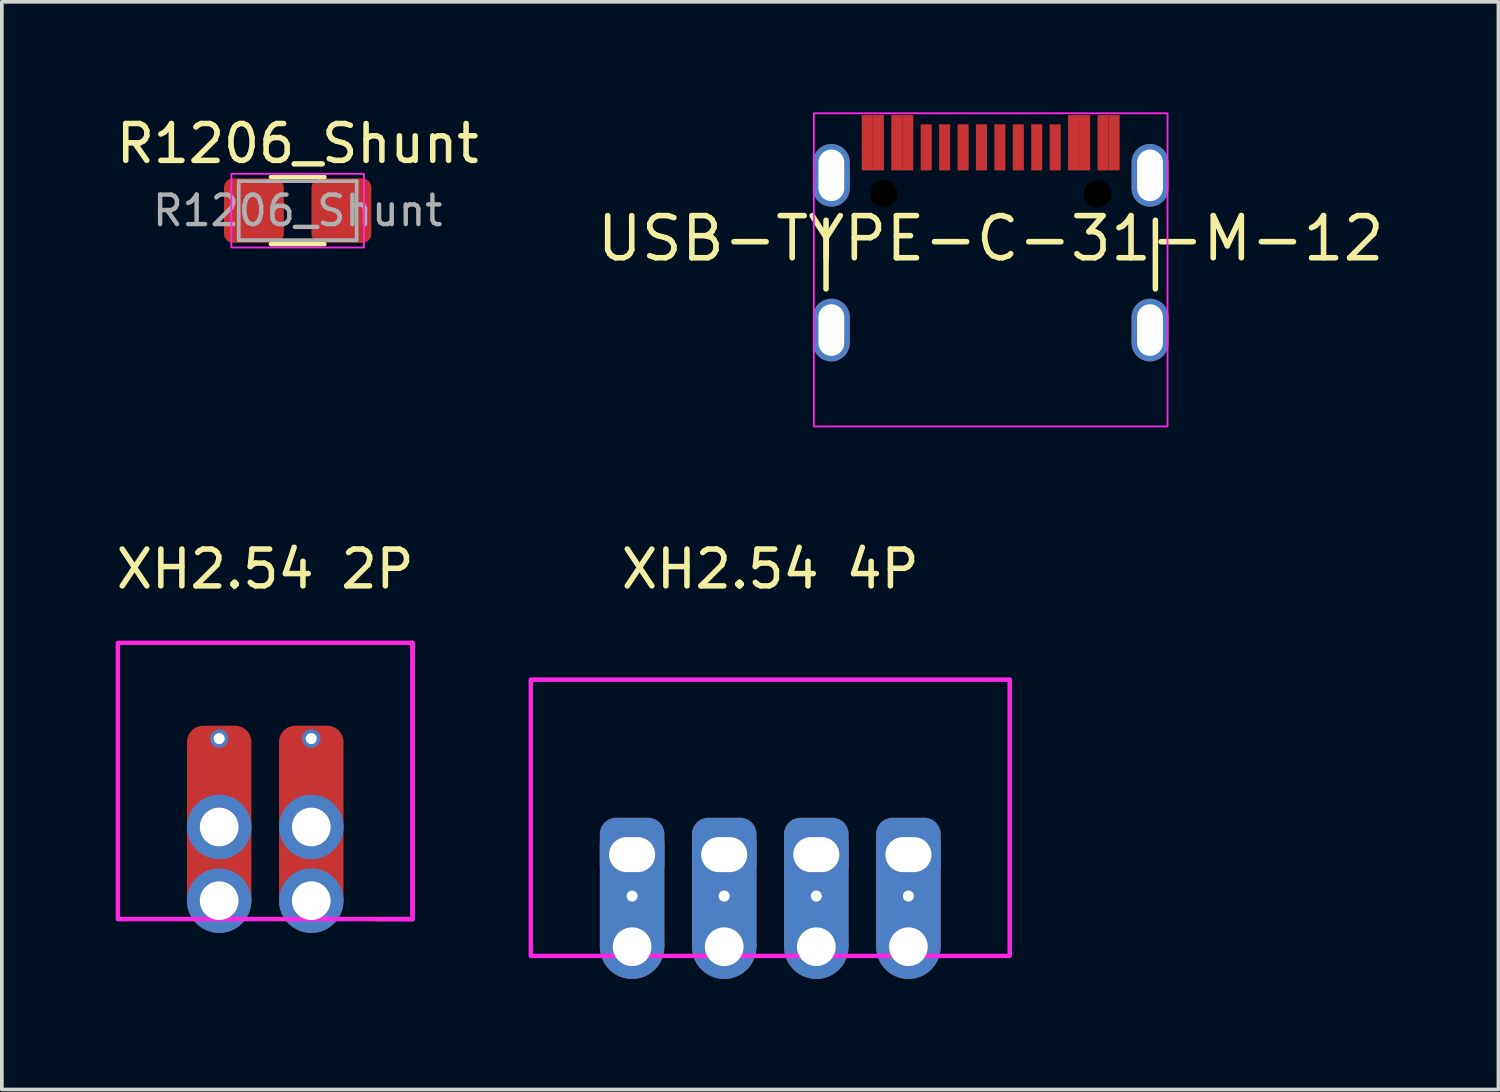
<source format=kicad_pcb>
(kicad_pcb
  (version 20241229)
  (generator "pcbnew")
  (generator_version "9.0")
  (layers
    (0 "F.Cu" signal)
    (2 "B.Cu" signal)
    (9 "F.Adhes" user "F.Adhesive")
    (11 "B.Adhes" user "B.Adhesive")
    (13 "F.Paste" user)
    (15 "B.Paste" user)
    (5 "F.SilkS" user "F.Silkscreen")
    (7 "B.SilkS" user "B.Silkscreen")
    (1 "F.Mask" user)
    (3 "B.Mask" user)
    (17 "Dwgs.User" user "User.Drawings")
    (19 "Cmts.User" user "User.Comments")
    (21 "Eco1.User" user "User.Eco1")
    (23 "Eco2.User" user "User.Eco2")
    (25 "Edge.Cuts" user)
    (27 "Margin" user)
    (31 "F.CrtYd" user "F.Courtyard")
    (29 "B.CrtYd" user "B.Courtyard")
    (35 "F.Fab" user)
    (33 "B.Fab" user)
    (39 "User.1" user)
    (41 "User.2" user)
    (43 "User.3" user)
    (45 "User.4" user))
  (footprint "XH2.54 2P"
    (layer "F.Cu")
    (at 4.149 21.398)
    (property "Reference" "XH2.54 2P" (at 0 -9 0) (unlocked yes) (layer "F.SilkS") (effects (font (size 1 1) (thickness 0.15))))
    (attr through_hole)
    (fp_line (start 3 0.5) (end 4 0.5) (stroke (width 0.12) (type solid)) (layer "F.CrtYd"))
    (fp_line (start 4 0.5) (end 4 -7) (stroke (width 0.12) (type solid)) (layer "F.CrtYd"))
    (fp_rect (start -4 -7) (end 4 0.5) (stroke (width 0.12) (type default)) (fill no) (layer "F.CrtYd"))
    (pad "1" thru_hole circle (at -1.25 -4.4) (size 0.5 0.5) (drill 0.3) (property pad_prop_heatsink) (layers "*.Cu"))
    (pad "1" smd roundrect (at -1.25 -2.375) (size 1.75 4.75) (layers "F.Cu" "F.Mask") (roundrect_rratio 0.25) (chamfer_ratio 0) (chamfer bottom_left bottom_right))
    (pad "1" thru_hole circle (at -1.25 -2 180) (size 1.75 1.75) (drill 1.05) (layers "*.Cu" "*.Mask"))
    (pad "1" thru_hole circle (at -1.25 0) (size 1.75 1.75) (drill 1.05) (layers "*.Cu" "*.Mask"))
    (pad "2" thru_hole circle (at 1.25 -4.4) (size 0.5 0.5) (drill 0.3) (property pad_prop_heatsink) (layers "*.Cu"))
    (pad "2" smd roundrect (at 1.25 -2.375) (size 1.75 4.75) (layers "F.Cu" "F.Mask") (roundrect_rratio 0.25) (chamfer_ratio 0) (chamfer bottom_left bottom_right))
    (pad "2" thru_hole circle (at 1.25 -2 180) (size 1.75 1.75) (drill 1.05) (layers "*.Cu" "*.Mask"))
    (pad "2" thru_hole circle (at 1.25 0) (size 1.75 1.75) (drill 1.05) (layers "*.Cu" "*.Mask")))
  (footprint "XH2.54 4P"
    (layer "F.Cu")
    (at 17.858 22.398)
    (property "Reference" "XH2.54 4P" (at 0 -10 0) (unlocked yes) (layer "F.SilkS") (effects (font (size 1 1) (thickness 0.15))))
    (attr through_hole)
    (fp_rect (start -6.5 -7) (end 6.5 0.5) (stroke (width 0.12) (type default)) (fill no) (layer "F.CrtYd"))
    (pad "1" thru_hole roundrect (at -3.75 -2.25) (size 1.75 1.5) (drill oval 1.25 0.95) (layers "*.Cu" "*.Mask") (roundrect_rratio 0.286))
    (pad "1" smd roundrect (at -3.75 -1.5) (size 1.75 3.5) (layers "B.Cu") (roundrect_rratio 0.25) (chamfer_ratio 0) (chamfer bottom_left bottom_right))
    (pad "1" thru_hole circle (at -3.75 -1.125) (size 0.5 0.5) (drill 0.3) (property pad_prop_heatsink) (layers "*.Cu"))
    (pad "1" thru_hole oval (at -3.75 0.25) (size 1.75 1.75) (drill 1.05) (layers "*.Cu" "*.Mask"))
    (pad "1" smd roundrect (at -3.75 -1.5) (size 1.75 3.5) (layers "F.Cu" "F.Mask") (roundrect_rratio 0.25) (chamfer_ratio 0) (chamfer bottom_left bottom_right))
    (pad "2" smd roundrect (at -1.25 -1.5) (size 1.75 3.5) (layers "B.Cu") (roundrect_rratio 0.25) (chamfer_ratio 0) (chamfer bottom_left bottom_right))
    (pad "2" thru_hole roundrect (at -1.25 -2.25) (size 1.75 1.5) (drill oval 1.25 0.95) (layers "*.Cu" "*.Mask") (roundrect_rratio 0.286))
    (pad "2" smd roundrect (at -1.25 -1.5) (size 1.75 3.5) (layers "F.Cu" "F.Mask") (roundrect_rratio 0.25) (chamfer_ratio 0) (chamfer bottom_left bottom_right))
    (pad "2" thru_hole circle (at -1.25 -1.125) (size 0.5 0.5) (drill 0.3) (property pad_prop_heatsink) (layers "*.Cu"))
    (pad "2" thru_hole oval (at -1.25 0.25) (size 1.75 1.75) (drill 1.05) (layers "*.Cu" "*.Mask"))
    (pad "3" smd roundrect (at 1.25 -1.5) (size 1.75 3.5) (layers "B.Cu") (roundrect_rratio 0.25) (chamfer_ratio 0) (chamfer bottom_left bottom_right))
    (pad "3" thru_hole roundrect (at 1.25 -2.25) (size 1.75 1.5) (drill oval 1.25 0.95) (layers "*.Cu" "*.Mask") (roundrect_rratio 0.286))
    (pad "3" smd roundrect (at 1.25 -1.5) (size 1.75 3.5) (layers "F.Cu" "F.Mask") (roundrect_rratio 0.25) (chamfer_ratio 0) (chamfer bottom_left bottom_right))
    (pad "3" thru_hole circle (at 1.25 -1.125) (size 0.5 0.5) (drill 0.3) (property pad_prop_heatsink) (layers "*.Cu"))
    (pad "3" thru_hole oval (at 1.25 0.25) (size 1.75 1.75) (drill 1.05) (layers "*.Cu" "*.Mask"))
    (pad "4" smd roundrect (at 3.75 -1.5) (size 1.75 3.5) (layers "B.Cu") (roundrect_rratio 0.25) (chamfer_ratio 0) (chamfer bottom_left bottom_right))
    (pad "4" smd roundrect (at 3.75 -1.5) (size 1.75 3.5) (layers "F.Cu" "F.Mask") (roundrect_rratio 0.25) (chamfer_ratio 0) (chamfer bottom_left bottom_right))
    (pad "4" thru_hole roundrect (at 3.75 -2.25) (size 1.75 1.5) (drill oval 1.25 0.95) (layers "*.Cu" "*.Mask") (roundrect_rratio 0.286))
    (pad "4" thru_hole circle (at 3.75 -1.125) (size 0.5 0.5) (drill 0.3) (property pad_prop_heatsink) (layers "*.Cu"))
    (pad "4" thru_hole oval (at 3.75 0.25) (size 1.75 1.75) (drill 1.05) (layers "*.Cu" "*.Mask")))
  (footprint "R1206_Shunt"
    (layer "F.Cu")
    (at 5.03 2.668)
    (property "Reference" "R1206_Shunt" (at 0 -1.82 0) (layer "F.SilkS") (effects (font (size 1 1) (thickness 0.15))))
    (attr smd)
    (fp_line (start -0.727 -0.91) (end 0.727 -0.91) (stroke (width 0.12) (type solid)) (layer "F.SilkS"))
    (fp_line (start -0.727 0.91) (end 0.727 0.91) (stroke (width 0.12) (type solid)) (layer "F.SilkS"))
    (fp_rect (start -1.8 -1) (end 1.8 1) (stroke (width 0.05) (type default)) (fill no) (layer "F.CrtYd"))
    (fp_line (start -1.6 -0.8) (end 1.6 -0.8) (stroke (width 0.1) (type solid)) (layer "F.Fab"))
    (fp_line (start -1.6 0.8) (end -1.6 -0.8) (stroke (width 0.1) (type solid)) (layer "F.Fab"))
    (fp_line (start 1.6 -0.8) (end 1.6 0.8) (stroke (width 0.1) (type solid)) (layer "F.Fab"))
    (fp_line (start 1.6 0.8) (end -1.6 0.8) (stroke (width 0.1) (type solid)) (layer "F.Fab"))
    (fp_text user "${REFERENCE}" (at 0 0 0) (layer "F.Fab") (effects (font (size 0.8 0.8) (thickness 0.12))))
    (pad "1" smd roundrect (at -1.188 0) (size 1.625 1.75) (layers "F.Cu" "F.Mask" "F.Paste") (roundrect_rratio 0.15))
    (pad "2" smd roundrect (at 1.188 0) (size 1.625 1.75) (layers "F.Cu" "F.Mask" "F.Paste") (roundrect_rratio 0.15)))
  (footprint "USB-TYPE-C-31-M-12"
    (layer "F.Cu")
    (at 23.841 3.425)
    (property "Reference" "USB-TYPE-C-31-M-12" (at 0 0 0) (layer "F.SilkS") (effects (font (size 1.143 1.143) (thickness 0.152))))
    (attr smd)
    (fp_line (start -4.469 1.366) (end -4.469 -0.497) (stroke (width 0.15) (type solid)) (layer "F.SilkS"))
    (fp_line (start 4.471 1.366) (end 4.471 -0.498) (stroke (width 0.15) (type solid)) (layer "F.SilkS"))
    (fp_rect (start -4.8 -3.4) (end 4.8 5.1) (stroke (width 0.05) (type default)) (fill no) (layer "F.CrtYd"))
    (pad "" np_thru_hole circle (at -2.9 -1.216) (size 0.75 0.75) (drill 0.75) (layers "*.Mask"))
    (pad "" np_thru_hole circle (at 2.9 -1.216) (size 0.75 0.75) (drill 0.75) (layers "*.Mask"))
    (pad "A1" smd rect (at -3.35 -2.6) (size 0.3 1.5) (layers "F.Cu" "F.Mask" "F.Paste"))
    (pad "A4" smd rect (at -2.55 -2.6) (size 0.3 1.5) (layers "F.Cu" "F.Mask" "F.Paste"))
    (pad "A5" smd rect (at -1.25 -2.475) (size 0.3 1.25) (layers "F.Cu" "F.Mask" "F.Paste"))
    (pad "A6" smd rect (at -0.25 -2.475) (size 0.3 1.25) (layers "F.Cu" "F.Mask" "F.Paste"))
    (pad "A7" smd rect (at 0.25 -2.475) (size 0.3 1.25) (layers "F.Cu" "F.Mask" "F.Paste"))
    (pad "A8" smd rect (at 1.25 -2.475) (size 0.3 1.25) (layers "F.Cu" "F.Mask" "F.Paste"))
    (pad "A9" smd rect (at 2.55 -2.6) (size 0.3 1.5) (layers "F.Cu" "F.Mask" "F.Paste"))
    (pad "A12" smd rect (at 3.35 -2.6) (size 0.3 1.5) (layers "F.Cu" "F.Mask" "F.Paste"))
    (pad "B1" smd rect (at 3.05 -2.6) (size 0.3 1.5) (layers "F.Cu" "F.Mask" "F.Paste"))
    (pad "B4" smd rect (at 2.25 -2.6) (size 0.3 1.5) (layers "F.Cu" "F.Mask" "F.Paste"))
    (pad "B5" smd rect (at 1.75 -2.475) (size 0.3 1.25) (layers "F.Cu" "F.Mask" "F.Paste"))
    (pad "B6" smd rect (at 0.75 -2.475) (size 0.3 1.25) (layers "F.Cu" "F.Mask" "F.Paste"))
    (pad "B7" smd rect (at -0.75 -2.475) (size 0.3 1.25) (layers "F.Cu" "F.Mask" "F.Paste"))
    (pad "B8" smd rect (at -1.75 -2.475) (size 0.3 1.25) (layers "F.Cu" "F.Mask" "F.Paste"))
    (pad "B9" smd rect (at -2.25 -2.6) (size 0.3 1.5) (layers "F.Cu" "F.Mask" "F.Paste"))
    (pad "B12" smd rect (at -3.05 -2.6) (size 0.3 1.5) (layers "F.Cu" "F.Mask" "F.Paste"))
    (pad "S1" thru_hole oval (at -4.325 -1.716) (size 1 1.7) (drill oval 0.7 1.4) (layers "*.Cu" "*.Paste" "*.Mask"))
    (pad "S1" thru_hole oval (at -4.325 2.484) (size 1 1.7) (drill oval 0.7 1.4) (layers "*.Cu" "*.Paste" "*.Mask"))
    (pad "S1" thru_hole oval (at 4.325 -1.716) (size 1 1.7) (drill oval 0.7 1.4) (layers "*.Cu" "*.Paste" "*.Mask"))
    (pad "S1" thru_hole oval (at 4.325 2.484) (size 1 1.7) (drill oval 0.7 1.4) (layers "*.Cu" "*.Paste" "*.Mask")))
  (gr_rect
    (start -3 -3)
    (end 37.623 26.523)
    (stroke (width 0.1) (type default))
    (fill no)
    (layer "Edge.Cuts")))
</source>
